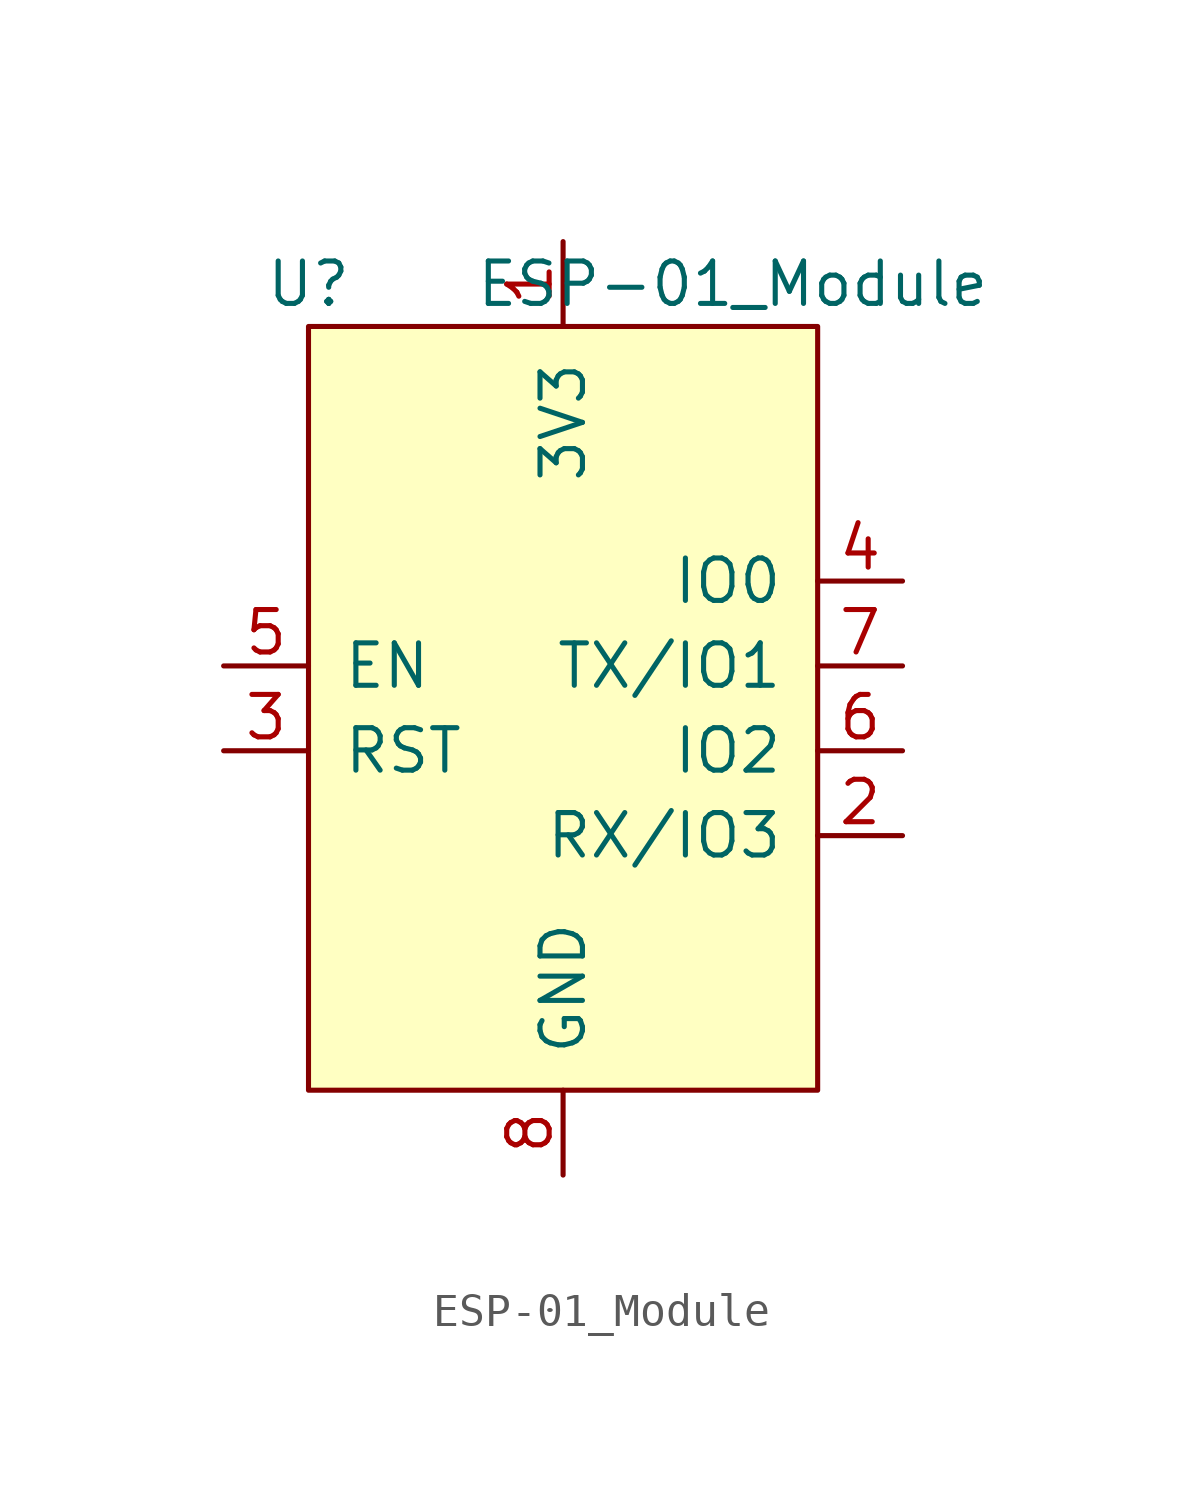
<source format=kicad_sym>
(kicad_symbol_lib
  (version 20211014)
  (generator kicad_symbol_editor)
  (symbol "ESP-01_Module"
    (pin_names
      (offset 1.016))
    (property "Reference" "U"
      (at -7.62 22.86 0)
      (effects (font (size 1.27 1.27))))
    (property "Value" "ESP-01_Module"
      (at 5.08 22.86 0)
      (effects (font (size 1.27 1.27))))
    (symbol "ESP-01_Module_0_1"
      (rectangle (start -7.62 21.59) (end 7.62 -1.27) (stroke (width 0) (type default) (color 0 0 0 0)) (fill (type background))))
    (symbol "ESP-01_Module_1_1"
      (pin power_in line (at 0 24.13 270) (length 2.54) (name "3V3" (effects (font (size 1.27 1.27)))) (number "1" (effects (font (size 1.27 1.27)))))
      (pin bidirectional line (at 10.16 6.35 180) (length 2.54) (name "RX/IO3" (effects (font (size 1.27 1.27)))) (number "2" (effects (font (size 1.27 1.27)))))
      (pin input line (at -10.16 8.89 0) (length 2.54) (name "RST" (effects (font (size 1.27 1.27)))) (number "3" (effects (font (size 1.27 1.27)))))
      (pin bidirectional line (at 10.16 13.97 180) (length 2.54) (name "IO0" (effects (font (size 1.27 1.27)))) (number "4" (effects (font (size 1.27 1.27)))))
      (pin input line (at -10.16 11.43 0) (length 2.54) (name "EN" (effects (font (size 1.27 1.27)))) (number "5" (effects (font (size 1.27 1.27)))))
      (pin bidirectional line (at 10.16 8.89 180) (length 2.54) (name "IO2" (effects (font (size 1.27 1.27)))) (number "6" (effects (font (size 1.27 1.27)))))
      (pin bidirectional line (at 10.16 11.43 180) (length 2.54) (name "TX/IO1" (effects (font (size 1.27 1.27)))) (number "7" (effects (font (size 1.27 1.27)))))
      (pin power_in line (at 0 -3.81 90) (length 2.54) (name "GND" (effects (font (size 1.27 1.27)))) (number "8" (effects (font (size 1.27 1.27))))))))
</source>
